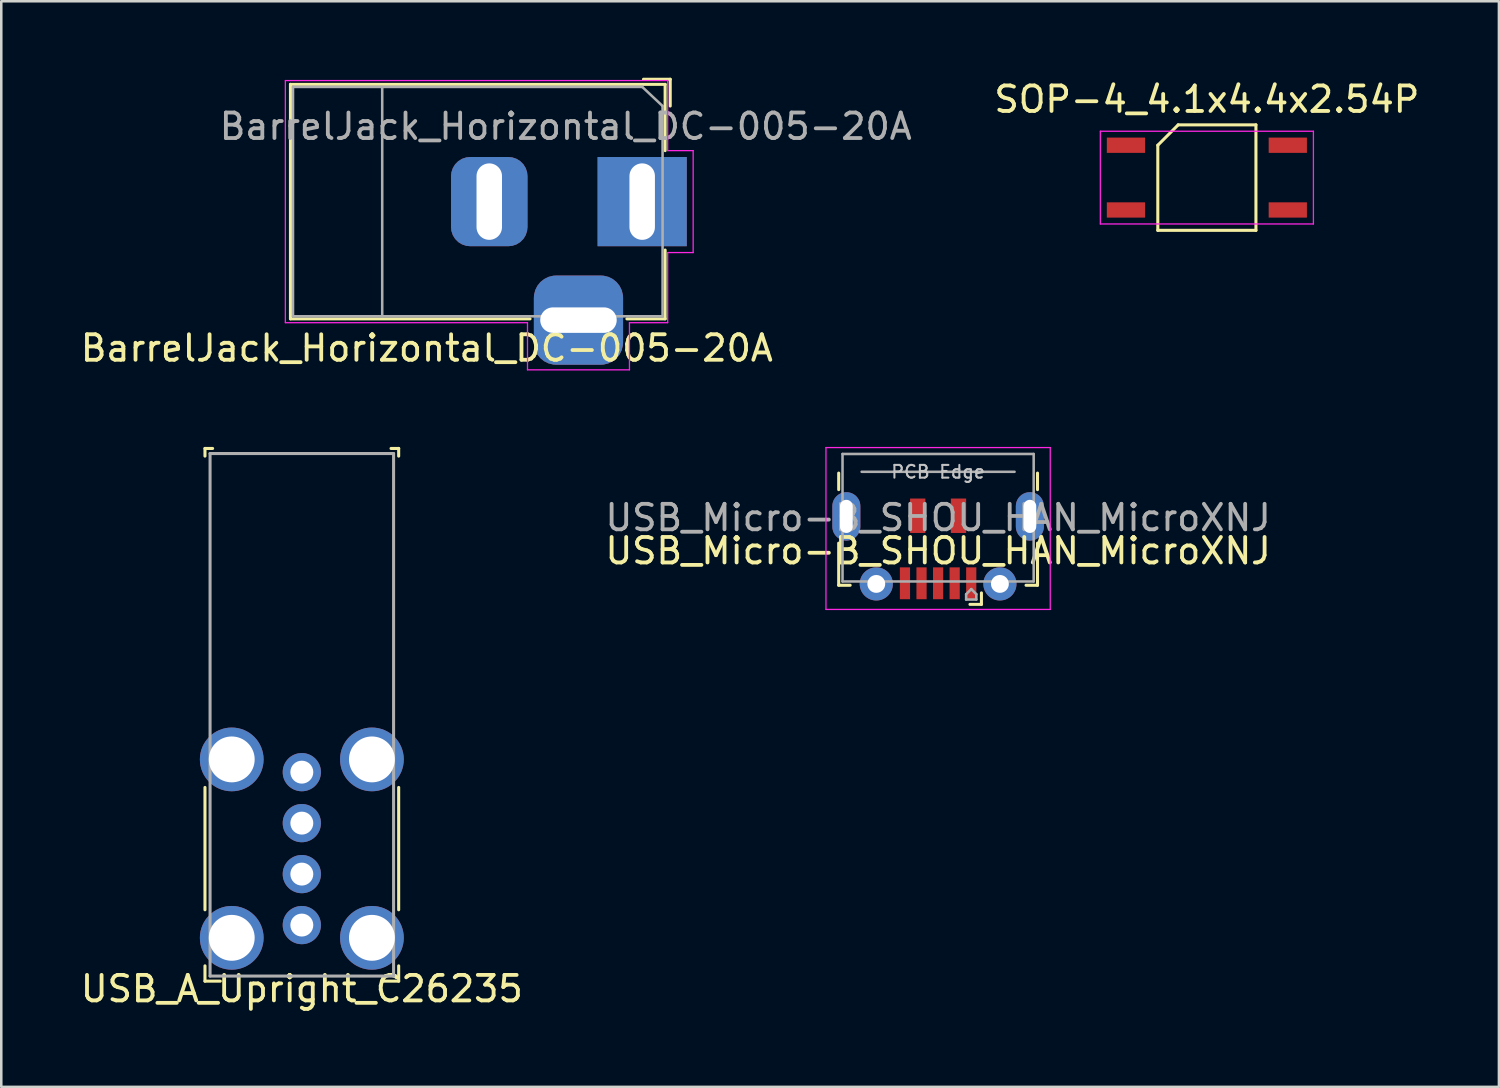
<source format=kicad_pcb>
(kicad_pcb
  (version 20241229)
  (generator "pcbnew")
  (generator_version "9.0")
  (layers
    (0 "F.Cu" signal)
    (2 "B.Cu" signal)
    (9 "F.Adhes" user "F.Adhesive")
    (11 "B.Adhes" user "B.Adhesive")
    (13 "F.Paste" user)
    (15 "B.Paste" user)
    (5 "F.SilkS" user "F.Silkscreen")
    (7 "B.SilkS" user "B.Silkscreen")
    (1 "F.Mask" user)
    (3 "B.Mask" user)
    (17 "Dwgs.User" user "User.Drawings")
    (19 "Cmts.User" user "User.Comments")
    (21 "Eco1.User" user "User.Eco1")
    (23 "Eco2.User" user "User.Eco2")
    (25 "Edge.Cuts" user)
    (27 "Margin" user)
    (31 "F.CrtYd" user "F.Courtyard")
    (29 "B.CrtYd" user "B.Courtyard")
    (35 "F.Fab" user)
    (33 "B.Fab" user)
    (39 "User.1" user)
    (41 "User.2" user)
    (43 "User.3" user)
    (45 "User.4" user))
  (footprint "SOP-4_4.1x4.4x2.54P"
    (layer "F.Cu")
    (at 44.301 3.918)
    (property "Reference" "SOP-4_4.1x4.4x2.54P" (at 0 -3.07 0) (layer "F.SilkS") (effects (font (size 1 1) (thickness 0.15))))
    (attr smd)
    (fp_line (start -1.925 -1.27) (end -1.125 -2.07) (stroke (width 0.12) (type solid)) (layer "F.SilkS"))
    (fp_line (start -1.925 2.07) (end -1.925 -1.27) (stroke (width 0.12) (type solid)) (layer "F.SilkS"))
    (fp_line (start -1.125 -2.07) (end 1.925 -2.07) (stroke (width 0.12) (type solid)) (layer "F.SilkS"))
    (fp_line (start 1.925 -2.07) (end 1.925 2.07) (stroke (width 0.12) (type solid)) (layer "F.SilkS"))
    (fp_line (start 1.925 2.07) (end -1.925 2.07) (stroke (width 0.12) (type solid)) (layer "F.SilkS"))
    (fp_line (start -4.18 -1.82) (end 4.18 -1.82) (stroke (width 0.05) (type solid)) (layer "F.CrtYd"))
    (fp_line (start -4.18 1.82) (end -4.18 -1.82) (stroke (width 0.05) (type solid)) (layer "F.CrtYd"))
    (fp_line (start 4.18 -1.82) (end 4.18 1.82) (stroke (width 0.05) (type solid)) (layer "F.CrtYd"))
    (fp_line (start 4.18 1.82) (end -4.18 1.82) (stroke (width 0.05) (type solid)) (layer "F.CrtYd"))
    (pad "1" smd rect (at -3.175 -1.27 270) (size 0.6 1.5) (layers "F.Cu" "F.Mask" "F.Paste"))
    (pad "2" smd rect (at -3.175 1.27 270) (size 0.6 1.5) (layers "F.Cu" "F.Mask" "F.Paste"))
    (pad "3" smd rect (at 3.175 1.27 270) (size 0.6 1.5) (layers "F.Cu" "F.Mask" "F.Paste"))
    (pad "4" smd rect (at 3.175 -1.27 270) (size 0.6 1.5) (layers "F.Cu" "F.Mask" "F.Paste")))
  (footprint "BarrelJack_Horizontal_DC-005-20A"
    (layer "F.Cu")
    (at 22.146 4.86)
    (property "Reference" "BarrelJack_Horizontal_DC-005-20A" (at -8.45 5.75 0) (layer "F.SilkS") (effects (font (size 1 1) (thickness 0.15))))
    (attr through_hole)
    (fp_line (start -13.8 -4.6) (end 0.9 -4.6) (stroke (width 0.12) (type solid)) (layer "F.SilkS"))
    (fp_line (start -13.8 4.6) (end -13.8 -4.6) (stroke (width 0.12) (type solid)) (layer "F.SilkS"))
    (fp_line (start -4.4 4.6) (end -13.8 4.6) (stroke (width 0.12) (type solid)) (layer "F.SilkS"))
    (fp_line (start 0.05 -4.8) (end 1.1 -4.8) (stroke (width 0.12) (type solid)) (layer "F.SilkS"))
    (fp_line (start 0.9 -4.6) (end 0.9 -2) (stroke (width 0.12) (type solid)) (layer "F.SilkS"))
    (fp_line (start 0.9 1.9) (end 0.9 4.6) (stroke (width 0.12) (type solid)) (layer "F.SilkS"))
    (fp_line (start 0.9 4.6) (end -0.6 4.6) (stroke (width 0.12) (type solid)) (layer "F.SilkS"))
    (fp_line (start 1.1 -3.75) (end 1.1 -4.8) (stroke (width 0.12) (type solid)) (layer "F.SilkS"))
    (fp_line (start -14 4.75) (end -14 -4.75) (stroke (width 0.05) (type solid)) (layer "F.CrtYd"))
    (fp_line (start -4.5 4.75) (end -14 4.75) (stroke (width 0.05) (type solid)) (layer "F.CrtYd"))
    (fp_line (start -4.5 6.6) (end -4.5 4.75) (stroke (width 0.05) (type solid)) (layer "F.CrtYd"))
    (fp_line (start -0.5 4.75) (end -0.5 6.6) (stroke (width 0.05) (type solid)) (layer "F.CrtYd"))
    (fp_line (start -0.5 6.6) (end -4.5 6.6) (stroke (width 0.05) (type solid)) (layer "F.CrtYd"))
    (fp_line (start 1 -4.75) (end -14 -4.75) (stroke (width 0.05) (type solid)) (layer "F.CrtYd"))
    (fp_line (start 1 -4.5) (end 1 -4.75) (stroke (width 0.05) (type solid)) (layer "F.CrtYd"))
    (fp_line (start 1 -4.5) (end 1 -2) (stroke (width 0.05) (type solid)) (layer "F.CrtYd"))
    (fp_line (start 1 -2) (end 2 -2) (stroke (width 0.05) (type solid)) (layer "F.CrtYd"))
    (fp_line (start 1 2) (end 1 4.75) (stroke (width 0.05) (type solid)) (layer "F.CrtYd"))
    (fp_line (start 1 4.75) (end -0.5 4.75) (stroke (width 0.05) (type solid)) (layer "F.CrtYd"))
    (fp_line (start 2 -2) (end 2 2) (stroke (width 0.05) (type solid)) (layer "F.CrtYd"))
    (fp_line (start 2 2) (end 1 2) (stroke (width 0.05) (type solid)) (layer "F.CrtYd"))
    (fp_line (start -13.7 -4.5) (end -13.7 4.5) (stroke (width 0.1) (type solid)) (layer "F.Fab"))
    (fp_line (start -13.7 4.5) (end 0.8 4.5) (stroke (width 0.1) (type solid)) (layer "F.Fab"))
    (fp_line (start -10.2 -4.5) (end -10.2 4.5) (stroke (width 0.1) (type solid)) (layer "F.Fab"))
    (fp_line (start -0.003 -4.505) (end 0.8 -3.75) (stroke (width 0.1) (type solid)) (layer "F.Fab"))
    (fp_line (start 0 -4.5) (end -13.7 -4.5) (stroke (width 0.1) (type solid)) (layer "F.Fab"))
    (fp_line (start 0.8 4.5) (end 0.8 -3.75) (stroke (width 0.1) (type solid)) (layer "F.Fab"))
    (fp_text user "${REFERENCE}" (at -3 -2.95 0) (layer "F.Fab") (effects (font (size 1 1) (thickness 0.15))))
    (pad "1" thru_hole rect (at 0 0) (size 3.5 3.5) (drill oval 1 3) (layers "*.Cu" "*.Mask"))
    (pad "2" thru_hole roundrect (at -6 0) (size 3 3.5) (drill oval 1 3) (layers "*.Cu" "*.Mask") (roundrect_rratio 0.25))
    (pad "3" thru_hole roundrect (at -2.5 4.65) (size 3.5 3.5) (drill oval 3 1) (layers "*.Cu" "*.Mask") (roundrect_rratio 0.25)))
  (footprint "USB_A_Upright_C26235"
    (layer "F.Cu")
    (at 8.792 30.245)
    (property "Reference" "USB_A_Upright_C26235" (at 0 5.5 0) (layer "F.SilkS") (effects (font (size 1 1) (thickness 0.15))))
    (attr through_hole)
    (fp_line (start -3.8 -15.7) (end -3.8 -15.4) (stroke (width 0.12) (type solid)) (layer "F.SilkS"))
    (fp_line (start -3.8 2.4) (end -3.8 -2.4) (stroke (width 0.12) (type solid)) (layer "F.SilkS"))
    (fp_line (start -3.8 5.2) (end -3.8 4.6) (stroke (width 0.12) (type solid)) (layer "F.SilkS"))
    (fp_line (start -3.5 -15.7) (end -3.8 -15.7) (stroke (width 0.12) (type solid)) (layer "F.SilkS"))
    (fp_line (start -3.2 5.2) (end -3.8 5.2) (stroke (width 0.12) (type solid)) (layer "F.SilkS"))
    (fp_line (start 3.2 5.2) (end 3.8 5.2) (stroke (width 0.12) (type solid)) (layer "F.SilkS"))
    (fp_line (start 3.5 -15.7) (end 3.8 -15.7) (stroke (width 0.12) (type solid)) (layer "F.SilkS"))
    (fp_line (start 3.8 -15.7) (end 3.8 -15.4) (stroke (width 0.12) (type solid)) (layer "F.SilkS"))
    (fp_line (start 3.8 2.4) (end 3.8 -2.4) (stroke (width 0.12) (type solid)) (layer "F.SilkS"))
    (fp_line (start 3.8 5.2) (end 3.8 4.6) (stroke (width 0.12) (type solid)) (layer "F.SilkS"))
    (fp_line (start -3.6 -15.5) (end 3.6 -15.5) (stroke (width 0.12) (type solid)) (layer "F.Fab"))
    (fp_line (start -3.6 5) (end -3.6 -15.5) (stroke (width 0.12) (type solid)) (layer "F.Fab"))
    (fp_line (start -3.6 5) (end 3.6 5) (stroke (width 0.12) (type solid)) (layer "F.Fab"))
    (fp_line (start 3.6 5) (end 3.6 -15.5) (stroke (width 0.12) (type solid)) (layer "F.Fab"))
    (pad "1" thru_hole circle (at 0 -3) (size 1.5 1.5) (drill 0.9) (layers "*.Cu" "*.Mask"))
    (pad "2" thru_hole circle (at 0 -1) (size 1.5 1.5) (drill 0.9) (layers "*.Cu" "*.Mask"))
    (pad "3" thru_hole circle (at 0 1) (size 1.5 1.5) (drill 0.9) (layers "*.Cu" "*.Mask"))
    (pad "4" thru_hole circle (at 0 3) (size 1.5 1.5) (drill 0.9) (layers "*.Cu" "*.Mask"))
    (pad "5" thru_hole circle (at -2.75 -3.5) (size 2.5 2.5) (drill 1.8) (layers "*.Cu" "*.Mask"))
    (pad "5" thru_hole circle (at -2.75 3.5) (size 2.5 2.5) (drill 1.8) (layers "*.Cu" "*.Mask"))
    (pad "5" thru_hole circle (at 2.75 -3.5) (size 2.5 2.5) (drill 1.8) (layers "*.Cu" "*.Mask"))
    (pad "5" thru_hole circle (at 2.75 3.5) (size 2.5 2.5) (drill 1.8) (layers "*.Cu" "*.Mask")))
  (footprint "USB_Micro-B_SHOU_HAN_MicroXNJ"
    (layer "F.Cu")
    (at 33.756 15.46)
    (property "Reference" "USB_Micro-B_SHOU_HAN_MicroXNJ" (at 0 3.103 180) (layer "F.SilkS") (effects (font (size 1 1) (thickness 0.15))))
    (attr smd)
    (fp_line (start -3.9 0.052) (end -3.9 0.7) (stroke (width 0.12) (type solid)) (layer "F.SilkS"))
    (fp_line (start -3.9 2.8) (end -3.9 4.452) (stroke (width 0.12) (type solid)) (layer "F.SilkS"))
    (fp_line (start -3.9 4.452) (end -3.45 4.452) (stroke (width 0.12) (type solid)) (layer "F.SilkS"))
    (fp_line (start 1.7 5.202) (end 1.25 5.202) (stroke (width 0.12) (type solid)) (layer "F.SilkS"))
    (fp_line (start 1.7 5.202) (end 1.7 4.753) (stroke (width 0.12) (type solid)) (layer "F.SilkS"))
    (fp_line (start 3.9 0.052) (end 3.9 0.7) (stroke (width 0.12) (type solid)) (layer "F.SilkS"))
    (fp_line (start 3.9 2.8) (end 3.9 4.452) (stroke (width 0.12) (type solid)) (layer "F.SilkS"))
    (fp_line (start 3.9 4.452) (end 3.45 4.452) (stroke (width 0.12) (type solid)) (layer "F.SilkS"))
    (fp_line (start -4.4 5.4) (end -4.4 -0.95) (stroke (width 0.05) (type solid)) (layer "F.CrtYd"))
    (fp_line (start 4.4 -0.95) (end -4.4 -0.95) (stroke (width 0.05) (type solid)) (layer "F.CrtYd"))
    (fp_line (start 4.4 -0.95) (end 4.4 5.4) (stroke (width 0.05) (type solid)) (layer "F.CrtYd"))
    (fp_line (start 4.4 5.4) (end -4.4 5.4) (stroke (width 0.05) (type solid)) (layer "F.CrtYd"))
    (fp_line (start -3.75 -0.698) (end -3.75 4.303) (stroke (width 0.1) (type solid)) (layer "F.Fab"))
    (fp_line (start 1.1 4.803) (end 1.3 4.603) (stroke (width 0.1) (type solid)) (layer "F.Fab"))
    (fp_line (start 1.1 5.013) (end 1.1 4.803) (stroke (width 0.1) (type solid)) (layer "F.Fab"))
    (fp_line (start 1.3 4.603) (end 1.5 4.803) (stroke (width 0.1) (type solid)) (layer "F.Fab"))
    (fp_line (start 1.5 5.013) (end 1.1 5.013) (stroke (width 0.1) (type solid)) (layer "F.Fab"))
    (fp_line (start 1.5 5.013) (end 1.5 4.803) (stroke (width 0.1) (type solid)) (layer "F.Fab"))
    (fp_line (start 3 0) (end -3 0) (stroke (width 0.1) (type solid)) (layer "F.Fab"))
    (fp_line (start 3.75 -0.699) (end -3.75 -0.699) (stroke (width 0.1) (type solid)) (layer "F.Fab"))
    (fp_line (start 3.75 -0.698) (end 3.75 4.303) (stroke (width 0.1) (type solid)) (layer "F.Fab"))
    (fp_line (start 3.75 4.303) (end -3.75 4.303) (stroke (width 0.1) (type solid)) (layer "F.Fab"))
    (fp_text user "PCB Edge" (at 0 0.003 180) (layer "Dwgs.User") (effects (font (size 0.5 0.5) (thickness 0.08))))
    (fp_text user "${REFERENCE}" (at 0 1.802 180) (layer "F.Fab") (effects (font (size 1 1) (thickness 0.15))))
    (pad "1" smd rect (at 1.3 4.375 180) (size 0.4 1.25) (layers "F.Cu" "F.Mask" "F.Paste"))
    (pad "2" smd rect (at 0.65 4.375 180) (size 0.4 1.25) (layers "F.Cu" "F.Mask" "F.Paste"))
    (pad "3" smd rect (at 0 4.375 180) (size 0.4 1.25) (layers "F.Cu" "F.Mask" "F.Paste"))
    (pad "4" smd rect (at -0.65 4.375 180) (size 0.4 1.25) (layers "F.Cu" "F.Mask" "F.Paste"))
    (pad "5" smd rect (at -1.3 4.375 180) (size 0.4 1.25) (layers "F.Cu" "F.Mask" "F.Paste"))
    (pad "6" thru_hole oval (at -3.6 1.75 180) (size 1.1 1.9) (drill oval 0.5 1.3) (layers "*.Cu" "*.Mask"))
    (pad "6" thru_hole circle (at -2.425 4.4 180) (size 1.3 1.3) (drill 0.7) (layers "*.Cu" "*.Mask"))
    (pad "6" smd rect (at -0.8 1.725 180) (size 0.6 1.35) (layers "F.Cu" "F.Mask" "F.Paste"))
    (pad "6" smd rect (at 0.8 1.725 180) (size 0.6 1.35) (layers "F.Cu" "F.Mask" "F.Paste"))
    (pad "6" thru_hole circle (at 2.425 4.4 180) (size 1.3 1.3) (drill 0.7) (layers "*.Cu" "*.Mask"))
    (pad "6" thru_hole oval (at 3.6 1.75) (size 1.1 1.9) (drill oval 0.5 1.3) (layers "*.Cu" "*.Mask")))
  (gr_rect
    (start -3 -3)
    (end 55.76 39.593)
    (stroke (width 0.1) (type default))
    (fill no)
    (layer "Edge.Cuts")))
</source>
